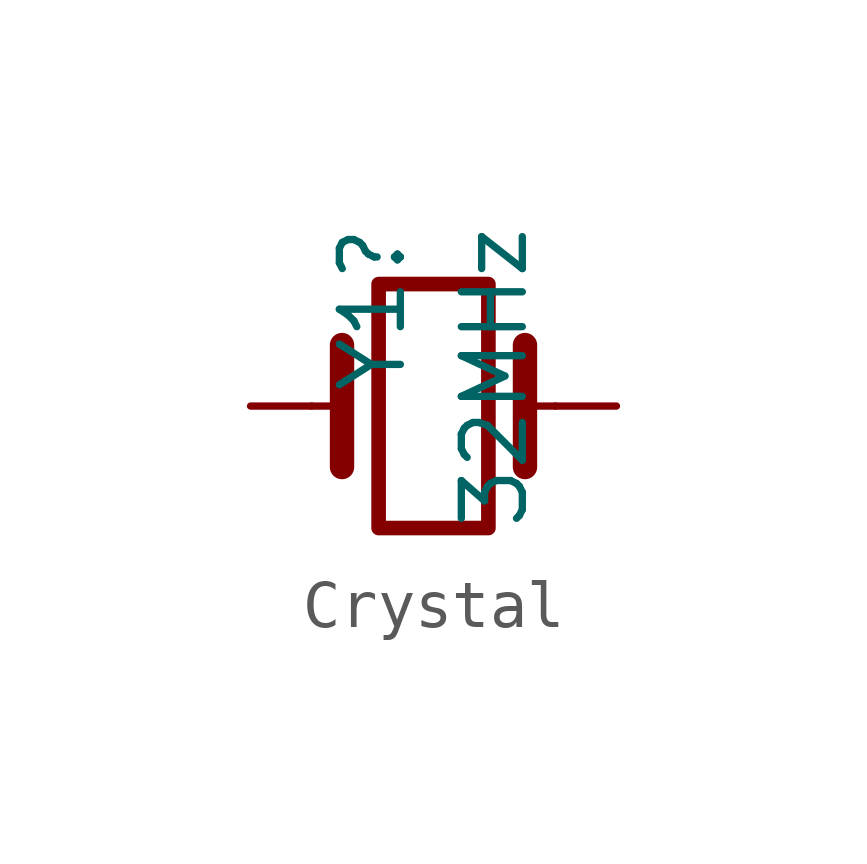
<source format=kicad_sym>
(kicad_symbol_lib
  (version 20211014)
  (generator kicad_symbol_editor)
  (symbol "Crystal"
    (pin_numbers hide)
    (pin_names
      (offset 1.016) hide)
    (property "Reference" "Y1"
      (at -1.27 3.81 90)
      (effects (font (size 1.27 1.27)) (justify right)))
    (property "Value" "32MHz"
      (at 1.27 3.81 90)
      (effects (font (size 1.27 1.27)) (justify right)))
    (symbol "Crystal_0_1"
      (rectangle (start -1.143 2.54) (end 1.143 -2.54) (stroke (width 0.305) (type default) (color 0 0 0 0)) (fill (type none)))
      (polyline (pts (xy -2.54 0) (xy -1.905 0)) (stroke (width 0) (type default) (color 0 0 0 0)) (fill (type none)))
      (polyline (pts (xy -1.905 -1.27) (xy -1.905 1.27)) (stroke (width 0.508) (type default) (color 0 0 0 0)) (fill (type none)))
      (polyline (pts (xy 1.905 -1.27) (xy 1.905 1.27)) (stroke (width 0.508) (type default) (color 0 0 0 0)) (fill (type none)))
      (polyline (pts (xy 2.54 0) (xy 1.905 0)) (stroke (width 0) (type default) (color 0 0 0 0)) (fill (type none))))
    (symbol "Crystal_1_1"
      (pin passive line (at -3.81 0 0) (length 1.27) (name "1" (effects (font (size 1.27 1.27)))) (number "1" (effects (font (size 1.27 1.27)))) (alternate "1" passive line))
      (pin passive line (at 3.81 0 180) (length 1.27) (name "3" (effects (font (size 1.27 1.27)))) (number "3" (effects (font (size 1.27 1.27)))) (alternate "3" passive line)))))
</source>
